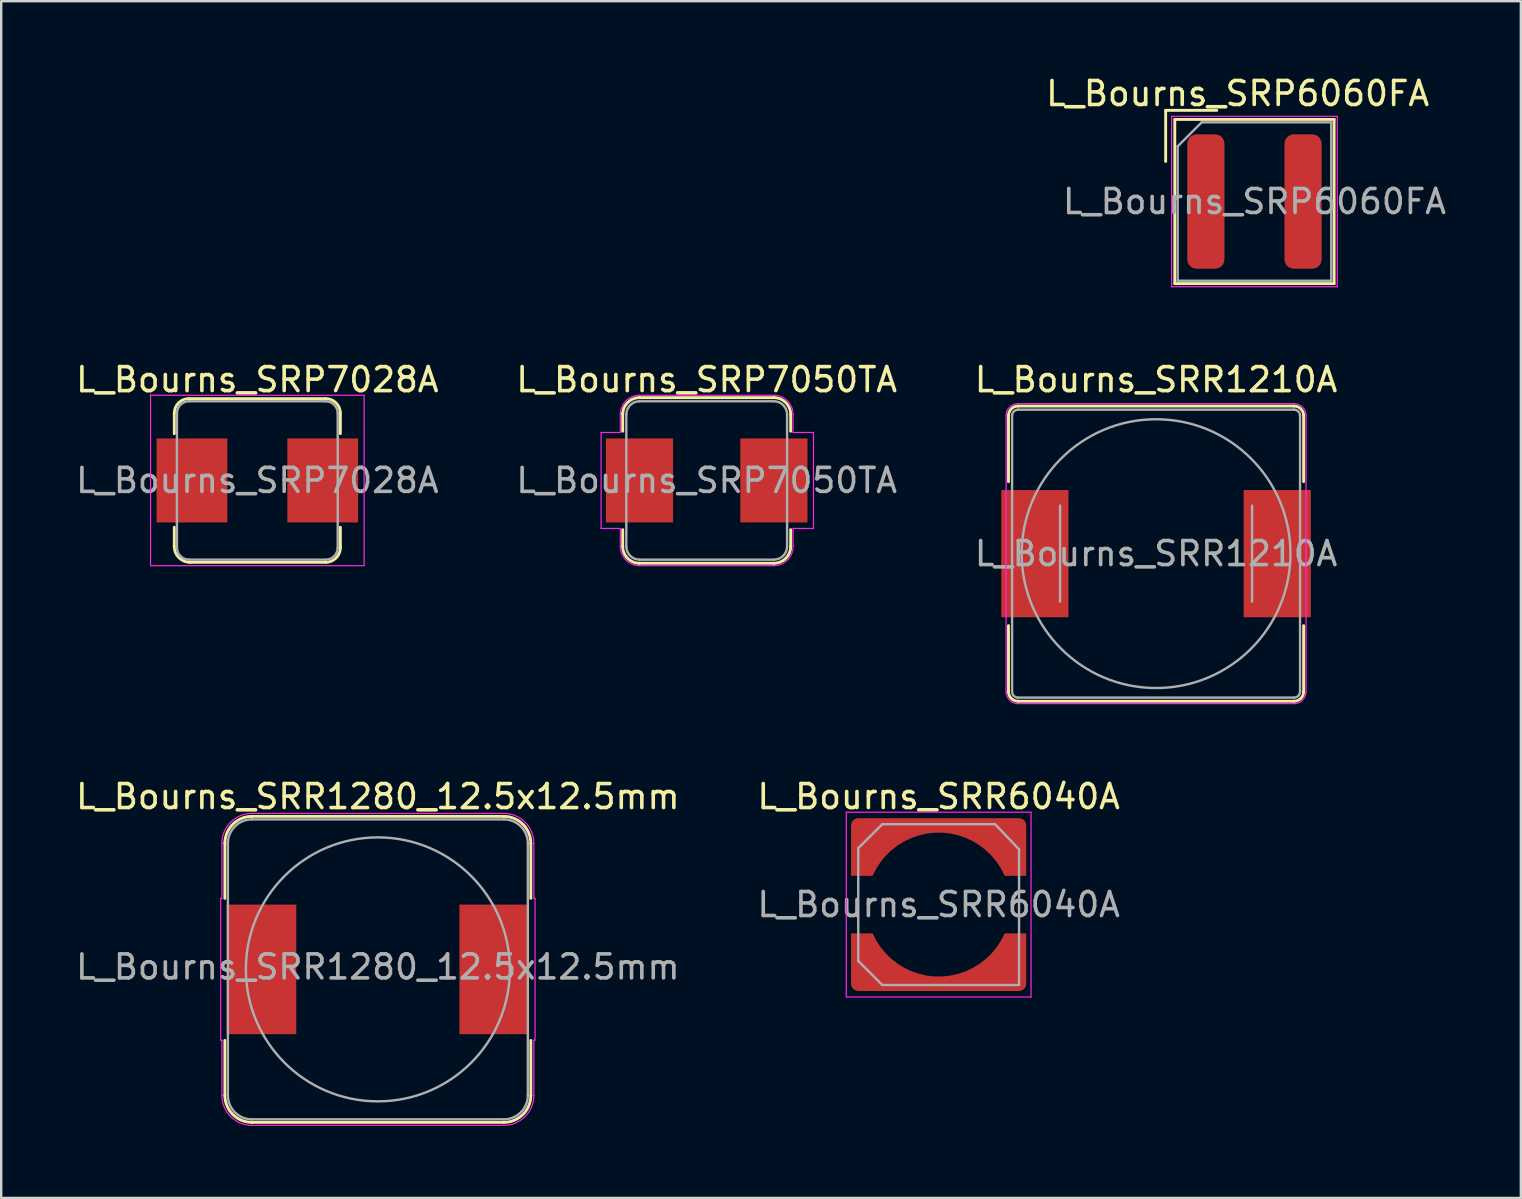
<source format=kicad_pcb>
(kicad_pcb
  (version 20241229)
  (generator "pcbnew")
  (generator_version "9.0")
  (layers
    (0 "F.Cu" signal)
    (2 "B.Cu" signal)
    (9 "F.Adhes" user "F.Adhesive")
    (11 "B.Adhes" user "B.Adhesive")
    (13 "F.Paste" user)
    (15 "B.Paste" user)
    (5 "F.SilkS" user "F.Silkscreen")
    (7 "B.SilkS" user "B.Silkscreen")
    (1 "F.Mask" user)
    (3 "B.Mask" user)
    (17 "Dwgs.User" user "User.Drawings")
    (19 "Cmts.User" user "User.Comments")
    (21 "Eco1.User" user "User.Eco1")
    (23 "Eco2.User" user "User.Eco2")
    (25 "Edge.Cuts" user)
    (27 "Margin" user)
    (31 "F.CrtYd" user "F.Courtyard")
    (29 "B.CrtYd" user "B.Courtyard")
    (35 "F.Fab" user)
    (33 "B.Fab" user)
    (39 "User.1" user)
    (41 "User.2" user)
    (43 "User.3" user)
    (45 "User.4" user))
  (footprint "L_Bourns_SRR1280_12.5x12.5mm"
    (layer "F.Cu")
    (at 12.696 37.345)
    (property "Reference" "L_Bourns_SRR1280_12.5x12.5mm" (at 0 -7.2 0) (layer "F.SilkS") (effects (font (size 1 1) (thickness 0.15))))
    (attr smd)
    (fp_line (start -6.375 -2.96) (end -6.375 -5.25) (stroke (width 0.12) (type solid)) (layer "F.SilkS"))
    (fp_line (start -6.375 2.96) (end -6.375 5.25) (stroke (width 0.12) (type solid)) (layer "F.SilkS"))
    (fp_line (start -5.25 -6.375) (end 5.25 -6.375) (stroke (width 0.12) (type solid)) (layer "F.SilkS"))
    (fp_line (start -5.25 6.375) (end 5.25 6.375) (stroke (width 0.12) (type solid)) (layer "F.SilkS"))
    (fp_line (start 6.375 -2.96) (end 6.375 -5.25) (stroke (width 0.12) (type solid)) (layer "F.SilkS"))
    (fp_line (start 6.375 2.96) (end 6.375 5.25) (stroke (width 0.12) (type solid)) (layer "F.SilkS"))
    (fp_arc (start -6.375 -5.25) (mid -6.045495 -6.045495) (end -5.25 -6.375) (stroke (width 0.12) (type solid)) (layer "F.SilkS"))
    (fp_arc (start -5.25 6.375) (mid -6.045495 6.045495) (end -6.375 5.25) (stroke (width 0.12) (type solid)) (layer "F.SilkS"))
    (fp_arc (start 5.25 -6.375) (mid 6.045495 -6.045495) (end 6.375 -5.25) (stroke (width 0.12) (type solid)) (layer "F.SilkS"))
    (fp_arc (start 6.375 5.25) (mid 6.045495 6.045495) (end 5.25 6.375) (stroke (width 0.12) (type solid)) (layer "F.SilkS"))
    (fp_line (start -6.55 -2.95) (end -6.55 2.95) (stroke (width 0.05) (type solid)) (layer "F.CrtYd"))
    (fp_line (start -6.55 -2.95) (end -6.5 -2.95) (stroke (width 0.05) (type solid)) (layer "F.CrtYd"))
    (fp_line (start -6.55 2.95) (end -6.5 2.95) (stroke (width 0.05) (type solid)) (layer "F.CrtYd"))
    (fp_line (start -6.5 -2.95) (end -6.5 -5.25) (stroke (width 0.05) (type solid)) (layer "F.CrtYd"))
    (fp_line (start -6.5 2.95) (end -6.5 5.25) (stroke (width 0.05) (type solid)) (layer "F.CrtYd"))
    (fp_line (start -5.25 -6.5) (end 5.25 -6.5) (stroke (width 0.05) (type solid)) (layer "F.CrtYd"))
    (fp_line (start -5.25 6.5) (end 5.25 6.5) (stroke (width 0.05) (type solid)) (layer "F.CrtYd"))
    (fp_line (start 6.5 -2.95) (end 6.5 -5.25) (stroke (width 0.05) (type solid)) (layer "F.CrtYd"))
    (fp_line (start 6.5 2.95) (end 6.5 5.25) (stroke (width 0.05) (type solid)) (layer "F.CrtYd"))
    (fp_line (start 6.55 -2.95) (end 6.5 -2.95) (stroke (width 0.05) (type solid)) (layer "F.CrtYd"))
    (fp_line (start 6.55 -2.95) (end 6.55 2.95) (stroke (width 0.05) (type solid)) (layer "F.CrtYd"))
    (fp_line (start 6.55 2.95) (end 6.5 2.95) (stroke (width 0.05) (type solid)) (layer "F.CrtYd"))
    (fp_arc (start -6.5 -5.25) (mid -6.133883 -6.133883) (end -5.25 -6.5) (stroke (width 0.05) (type solid)) (layer "F.CrtYd"))
    (fp_arc (start -5.25 6.5) (mid -6.133883 6.133883) (end -6.5 5.25) (stroke (width 0.05) (type solid)) (layer "F.CrtYd"))
    (fp_arc (start 5.25 -6.5) (mid 6.133883 -6.133883) (end 6.5 -5.25) (stroke (width 0.05) (type solid)) (layer "F.CrtYd"))
    (fp_arc (start 6.5 5.25) (mid 6.133883 6.133883) (end 5.25 6.5) (stroke (width 0.05) (type solid)) (layer "F.CrtYd"))
    (fp_line (start -6.25 5.25) (end -6.25 -5.25) (stroke (width 0.1) (type solid)) (layer "F.Fab"))
    (fp_line (start -5.25 -6.25) (end 5.25 -6.25) (stroke (width 0.1) (type solid)) (layer "F.Fab"))
    (fp_line (start 5.25 6.25) (end -5.25 6.25) (stroke (width 0.1) (type solid)) (layer "F.Fab"))
    (fp_line (start 6.25 -5.25) (end 6.25 5.25) (stroke (width 0.1) (type solid)) (layer "F.Fab"))
    (fp_arc (start -6.25 -5.25) (mid -5.957107 -5.957107) (end -5.25 -6.25) (stroke (width 0.1) (type solid)) (layer "F.Fab"))
    (fp_arc (start -5.25 6.25) (mid -5.957107 5.957107) (end -6.25 5.25) (stroke (width 0.1) (type solid)) (layer "F.Fab"))
    (fp_arc (start 5.25 -6.25) (mid 5.957107 -5.957107) (end 6.25 -5.25) (stroke (width 0.1) (type solid)) (layer "F.Fab"))
    (fp_arc (start 6.25 5.25) (mid 5.957107 5.957107) (end 5.25 6.25) (stroke (width 0.1) (type solid)) (layer "F.Fab"))
    (fp_circle (center 0 0) (end -5.5 0) (stroke (width 0.1) (type solid)) (fill no) (layer "F.Fab"))
    (fp_text user "${REFERENCE}" (at 0 -0.1 0) (layer "F.Fab") (effects (font (size 1 1) (thickness 0.15))))
    (pad "1" smd rect (at -4.85 0) (size 2.9 5.4) (layers "F.Cu" "F.Mask" "F.Paste"))
    (pad "2" smd rect (at 4.85 0) (size 2.9 5.4) (layers "F.Cu" "F.Mask" "F.Paste")))
  (footprint "L_Bourns_SRR6040A"
    (layer "F.Cu")
    (at 36.065 34.645)
    (property "Reference" "L_Bourns_SRR6040A" (at 0 -4.5 0) (layer "F.SilkS") (effects (font (size 1 1) (thickness 0.15))))
    (attr smd)
    (fp_line (start -3.85 -3.85) (end 3.85 -3.85) (stroke (width 0.05) (type solid)) (layer "F.CrtYd"))
    (fp_line (start -3.85 3.85) (end -3.85 -3.85) (stroke (width 0.05) (type solid)) (layer "F.CrtYd"))
    (fp_line (start 3.85 -3.85) (end 3.85 3.85) (stroke (width 0.05) (type solid)) (layer "F.CrtYd"))
    (fp_line (start 3.85 3.85) (end -3.85 3.85) (stroke (width 0.05) (type solid)) (layer "F.CrtYd"))
    (fp_line (start -3.35 -2.35) (end -3.35 2.35) (stroke (width 0.1) (type solid)) (layer "F.Fab"))
    (fp_line (start -3.35 2.35) (end -2.35 3.35) (stroke (width 0.1) (type solid)) (layer "F.Fab"))
    (fp_line (start -2.35 -3.35) (end -3.35 -2.35) (stroke (width 0.1) (type solid)) (layer "F.Fab"))
    (fp_line (start -2.35 3.35) (end 3.35 3.35) (stroke (width 0.1) (type solid)) (layer "F.Fab"))
    (fp_line (start 2.35 -3.35) (end -2.35 -3.35) (stroke (width 0.1) (type solid)) (layer "F.Fab"))
    (fp_line (start 3.35 -2.3) (end 2.35 -3.35) (stroke (width 0.1) (type solid)) (layer "F.Fab"))
    (fp_line (start 3.35 3.35) (end 3.35 -2.3) (stroke (width 0.1) (type solid)) (layer "F.Fab"))
    (fp_text user "${REFERENCE}" (at 0 0 0) (layer "F.Fab") (effects (font (size 1 1) (thickness 0.15))))
    (pad "1" smd custom (at 0 -3.27) (size 0.26 0.26) (layers "F.Cu" "F.Mask" "F.Paste") (options (anchor circle)) (primitives (gr_poly (pts (xy 3.526 -0.273) (xy 3.593 -0.206) (xy 3.635 -0.123) (xy 3.65 -0.03) (xy 3.65 2.07) (xy 2.75 2.07) (xy 2.601 1.774) (xy 2.42 1.497) (xy 2.21 1.241) (xy 1.973 1.01) (xy 1.712 0.806) (xy 1.43 0.633) (xy 1.131 0.491) (xy 0.818 0.384) (xy 0.495 0.311) (xy 0.166 0.275) (xy -0.166 0.275) (xy -0.495 0.311) (xy -0.818 0.384) (xy -1.131 0.491) (xy -1.43 0.633) (xy -1.712 0.806) (xy -1.973 1.01) (xy -2.21 1.241) (xy -2.42 1.497) (xy -2.601 1.774) (xy -2.75 2.07) (xy -3.65 2.07) (xy -3.65 -0.03) (xy -3.635 -0.123) (xy -3.593 -0.206) (xy -3.526 -0.273) (xy -3.443 -0.315) (xy -3.35 -0.33) (xy 3.35 -0.33) (xy 3.443 -0.315)) (width 0) (fill yes))))
    (pad "2" smd custom (at 0 3.27 180) (size 0.26 0.26) (layers "F.Cu" "F.Mask" "F.Paste") (options (anchor circle)) (primitives (gr_poly (pts (xy 3.526 -0.273) (xy 3.593 -0.206) (xy 3.635 -0.123) (xy 3.65 -0.03) (xy 3.65 2.07) (xy 2.75 2.07) (xy 2.601 1.774) (xy 2.42 1.497) (xy 2.21 1.241) (xy 1.973 1.01) (xy 1.712 0.806) (xy 1.43 0.633) (xy 1.131 0.491) (xy 0.818 0.384) (xy 0.495 0.311) (xy 0.166 0.275) (xy -0.166 0.275) (xy -0.495 0.311) (xy -0.818 0.384) (xy -1.131 0.491) (xy -1.43 0.633) (xy -1.712 0.806) (xy -1.973 1.01) (xy -2.21 1.241) (xy -2.42 1.497) (xy -2.601 1.774) (xy -2.75 2.07) (xy -3.65 2.07) (xy -3.65 -0.03) (xy -3.635 -0.123) (xy -3.593 -0.206) (xy -3.526 -0.273) (xy -3.443 -0.315) (xy -3.35 -0.33) (xy 3.35 -0.33) (xy 3.443 -0.315)) (width 0) (fill yes)))))
  (footprint "L_Bourns_SRP7028A"
    (layer "F.Cu")
    (at 7.673 16.971)
    (property "Reference" "L_Bourns_SRP7028A" (at 0 -4.2 0) (layer "F.SilkS") (effects (font (size 1 1) (thickness 0.15))))
    (attr smd)
    (fp_line (start -3.46 -1.95) (end -3.46 -2.8) (stroke (width 0.12) (type solid)) (layer "F.SilkS"))
    (fp_line (start -3.46 2.75) (end -3.46 1.95) (stroke (width 0.12) (type solid)) (layer "F.SilkS"))
    (fp_line (start -2.85 -3.41) (end 2.85 -3.41) (stroke (width 0.12) (type solid)) (layer "F.SilkS"))
    (fp_line (start 2.85 3.41) (end -2.8 3.41) (stroke (width 0.12) (type solid)) (layer "F.SilkS"))
    (fp_line (start 3.46 -2.8) (end 3.46 -1.95) (stroke (width 0.12) (type solid)) (layer "F.SilkS"))
    (fp_line (start 3.46 1.95) (end 3.46 2.8) (stroke (width 0.12) (type solid)) (layer "F.SilkS"))
    (fp_arc (start -3.46 -2.8) (mid -3.281335 -3.231335) (end -2.85 -3.41) (stroke (width 0.12) (type solid)) (layer "F.SilkS"))
    (fp_arc (start -2.8 3.41) (mid -3.26669 3.21669) (end -3.46 2.75) (stroke (width 0.12) (type solid)) (layer "F.SilkS"))
    (fp_arc (start 2.85 -3.41) (mid 3.281335 -3.231335) (end 3.46 -2.8) (stroke (width 0.12) (type solid)) (layer "F.SilkS"))
    (fp_arc (start 3.46 2.8) (mid 3.281335 3.231335) (end 2.85 3.41) (stroke (width 0.12) (type solid)) (layer "F.SilkS"))
    (fp_line (start -4.45 -3.55) (end 4.45 -3.55) (stroke (width 0.05) (type solid)) (layer "F.CrtYd"))
    (fp_line (start -4.45 3.55) (end -4.45 -3.55) (stroke (width 0.05) (type solid)) (layer "F.CrtYd"))
    (fp_line (start 4.45 -3.55) (end 4.45 3.55) (stroke (width 0.05) (type solid)) (layer "F.CrtYd"))
    (fp_line (start 4.45 3.55) (end -4.45 3.55) (stroke (width 0.05) (type solid)) (layer "F.CrtYd"))
    (fp_line (start -3.35 2.8) (end -3.35 -2.8) (stroke (width 0.1) (type solid)) (layer "F.Fab"))
    (fp_line (start -2.85 -3.3) (end 2.85 -3.3) (stroke (width 0.1) (type solid)) (layer "F.Fab"))
    (fp_line (start 2.85 3.3) (end -2.85 3.3) (stroke (width 0.1) (type solid)) (layer "F.Fab"))
    (fp_line (start 3.35 -2.8) (end 3.35 2.8) (stroke (width 0.1) (type solid)) (layer "F.Fab"))
    (fp_arc (start -3.35 -2.8) (mid -3.203553 -3.153553) (end -2.85 -3.3) (stroke (width 0.1) (type solid)) (layer "F.Fab"))
    (fp_arc (start -2.85 3.3) (mid -3.203553 3.153553) (end -3.35 2.8) (stroke (width 0.1) (type solid)) (layer "F.Fab"))
    (fp_arc (start 2.85 -3.3) (mid 3.203553 -3.153553) (end 3.35 -2.8) (stroke (width 0.1) (type solid)) (layer "F.Fab"))
    (fp_arc (start 3.35 2.8) (mid 3.203553 3.153553) (end 2.85 3.3) (stroke (width 0.1) (type solid)) (layer "F.Fab"))
    (fp_text user "${REFERENCE}" (at 0 0 0) (layer "F.Fab") (effects (font (size 1 1) (thickness 0.15))))
    (pad "1" smd rect (at -2.725 0) (size 2.95 3.5) (layers "F.Cu" "F.Mask" "F.Paste"))
    (pad "2" smd rect (at 2.725 0) (size 2.95 3.5) (layers "F.Cu" "F.Mask" "F.Paste")))
  (footprint "L_Bourns_SRP6060FA"
    (layer "F.Cu")
    (at 49.225 5.348)
    (property "Reference" "L_Bourns_SRP6060FA" (at -0.7 -4.5 0) (layer "F.SilkS") (effects (font (size 1 1) (thickness 0.15))))
    (attr smd)
    (fp_line (start -3.7 -3.8) (end -1.57 -3.8) (stroke (width 0.12) (type solid)) (layer "F.SilkS"))
    (fp_line (start -3.7 -1.67) (end -3.7 -3.8) (stroke (width 0.12) (type solid)) (layer "F.SilkS"))
    (fp_line (start -3.32 -3.42) (end -3.32 3.42) (stroke (width 0.12) (type solid)) (layer "F.SilkS"))
    (fp_line (start -3.32 -3.42) (end 3.32 -3.42) (stroke (width 0.12) (type solid)) (layer "F.SilkS"))
    (fp_line (start -3.32 3.42) (end 3.32 3.42) (stroke (width 0.12) (type solid)) (layer "F.SilkS"))
    (fp_line (start 3.32 -3.42) (end 3.32 3.42) (stroke (width 0.12) (type solid)) (layer "F.SilkS"))
    (fp_line (start -3.45 -3.55) (end -3.45 3.55) (stroke (width 0.05) (type solid)) (layer "F.CrtYd"))
    (fp_line (start -3.45 -3.55) (end 3.45 -3.55) (stroke (width 0.05) (type solid)) (layer "F.CrtYd"))
    (fp_line (start -3.45 3.55) (end 3.45 3.55) (stroke (width 0.05) (type solid)) (layer "F.CrtYd"))
    (fp_line (start 3.45 -3.55) (end 3.45 3.55) (stroke (width 0.05) (type solid)) (layer "F.CrtYd"))
    (fp_line (start -3.2 -2.3) (end -2.2 -3.3) (stroke (width 0.1) (type solid)) (layer "F.Fab"))
    (fp_line (start -3.2 3.3) (end -3.2 -2.3) (stroke (width 0.1) (type solid)) (layer "F.Fab"))
    (fp_line (start -2.2 -3.3) (end 3.2 -3.3) (stroke (width 0.1) (type solid)) (layer "F.Fab"))
    (fp_line (start 3.2 -3.3) (end 3.2 3.3) (stroke (width 0.1) (type solid)) (layer "F.Fab"))
    (fp_line (start 3.2 3.3) (end -3.2 3.3) (stroke (width 0.1) (type solid)) (layer "F.Fab"))
    (fp_text user "" (at -49 0.05 0) (layer "F.SilkS") (effects (font (size 3 3) (thickness 0.15))))
    (fp_text user "${REFERENCE}" (at 0 0 0) (layer "F.Fab") (effects (font (size 1 1) (thickness 0.15))))
    (pad "1" smd roundrect (at -2.025 0) (size 1.55 5.6) (layers "F.Cu" "F.Mask" "F.Paste") (roundrect_rratio 0.25))
    (pad "2" smd roundrect (at 2.025 0) (size 1.55 5.6) (layers "F.Cu" "F.Mask" "F.Paste") (roundrect_rratio 0.25)))
  (footprint "L_Bourns_SRP7050TA"
    (layer "F.Cu")
    (at 26.399 16.971)
    (property "Reference" "L_Bourns_SRP7050TA" (at 0 -4.2 0) (layer "F.SilkS") (effects (font (size 1 1) (thickness 0.15))))
    (attr smd)
    (fp_line (start -3.5 -2.8) (end -3.5 -2.05) (stroke (width 0.12) (type solid)) (layer "F.SilkS"))
    (fp_line (start -3.5 2.05) (end -3.5 2.75) (stroke (width 0.12) (type solid)) (layer "F.SilkS"))
    (fp_line (start -2.8 -3.45) (end 2.8 -3.45) (stroke (width 0.12) (type solid)) (layer "F.SilkS"))
    (fp_line (start 2.8 3.45) (end -2.8 3.45) (stroke (width 0.12) (type solid)) (layer "F.SilkS"))
    (fp_line (start 3.5 -2.75) (end 3.5 -2.05) (stroke (width 0.12) (type solid)) (layer "F.SilkS"))
    (fp_line (start 3.5 2.05) (end 3.5 2.75) (stroke (width 0.12) (type solid)) (layer "F.SilkS"))
    (fp_arc (start -3.5 -2.75) (mid -3.294975 -3.244975) (end -2.8 -3.45) (stroke (width 0.12) (type solid)) (layer "F.SilkS"))
    (fp_arc (start -2.8 3.45) (mid -3.294975 3.244975) (end -3.5 2.75) (stroke (width 0.12) (type solid)) (layer "F.SilkS"))
    (fp_arc (start 2.8 -3.45) (mid 3.294975 -3.244975) (end 3.5 -2.75) (stroke (width 0.12) (type solid)) (layer "F.SilkS"))
    (fp_arc (start 3.5 2.75) (mid 3.294975 3.244975) (end 2.8 3.45) (stroke (width 0.12) (type solid)) (layer "F.SilkS"))
    (fp_line (start -4.4 -2) (end -3.6 -2) (stroke (width 0.05) (type solid)) (layer "F.CrtYd"))
    (fp_line (start -4.4 2) (end -4.4 -2) (stroke (width 0.05) (type solid)) (layer "F.CrtYd"))
    (fp_line (start -4.4 2) (end -3.6 2) (stroke (width 0.05) (type solid)) (layer "F.CrtYd"))
    (fp_line (start -3.6 -2) (end -3.6 -2.75) (stroke (width 0.05) (type solid)) (layer "F.CrtYd"))
    (fp_line (start -3.6 2.75) (end -3.6 2) (stroke (width 0.05) (type solid)) (layer "F.CrtYd"))
    (fp_line (start -2.8 -3.55) (end 2.8 -3.55) (stroke (width 0.05) (type solid)) (layer "F.CrtYd"))
    (fp_line (start 2.8 3.55) (end -2.8 3.55) (stroke (width 0.05) (type solid)) (layer "F.CrtYd"))
    (fp_line (start 3.6 -2.75) (end 3.6 -2) (stroke (width 0.05) (type solid)) (layer "F.CrtYd"))
    (fp_line (start 3.6 2) (end 3.6 2.75) (stroke (width 0.05) (type solid)) (layer "F.CrtYd"))
    (fp_line (start 4.45 -2) (end 3.6 -2) (stroke (width 0.05) (type solid)) (layer "F.CrtYd"))
    (fp_line (start 4.45 -2) (end 4.45 2) (stroke (width 0.05) (type solid)) (layer "F.CrtYd"))
    (fp_line (start 4.45 2) (end 3.6 2) (stroke (width 0.05) (type solid)) (layer "F.CrtYd"))
    (fp_arc (start -3.6 -2.75) (mid -3.365685 -3.315685) (end -2.8 -3.55) (stroke (width 0.05) (type solid)) (layer "F.CrtYd"))
    (fp_arc (start -2.8 3.55) (mid -3.365685 3.315685) (end -3.6 2.75) (stroke (width 0.05) (type solid)) (layer "F.CrtYd"))
    (fp_arc (start 2.8 -3.55) (mid 3.365685 -3.315685) (end 3.6 -2.75) (stroke (width 0.05) (type solid)) (layer "F.CrtYd"))
    (fp_arc (start 3.6 2.75) (mid 3.365685 3.315685) (end 2.8 3.55) (stroke (width 0.05) (type solid)) (layer "F.CrtYd"))
    (fp_line (start -3.35 -2.75) (end -3.35 2.75) (stroke (width 0.1) (type solid)) (layer "F.Fab"))
    (fp_line (start -2.8 -3.3) (end 2.8 -3.3) (stroke (width 0.1) (type solid)) (layer "F.Fab"))
    (fp_line (start 2.8 3.3) (end -2.8 3.3) (stroke (width 0.1) (type solid)) (layer "F.Fab"))
    (fp_line (start 3.35 -2.75) (end 3.35 2.75) (stroke (width 0.1) (type solid)) (layer "F.Fab"))
    (fp_arc (start -3.35 -2.75) (mid -3.188909 -3.138909) (end -2.8 -3.3) (stroke (width 0.1) (type solid)) (layer "F.Fab"))
    (fp_arc (start -2.8 3.3) (mid -3.188909 3.138909) (end -3.35 2.75) (stroke (width 0.1) (type solid)) (layer "F.Fab"))
    (fp_arc (start 2.8 -3.3) (mid 3.188909 -3.138909) (end 3.35 -2.75) (stroke (width 0.1) (type solid)) (layer "F.Fab"))
    (fp_arc (start 3.35 2.75) (mid 3.188909 3.138909) (end 2.8 3.3) (stroke (width 0.1) (type solid)) (layer "F.Fab"))
    (fp_text user "${REFERENCE}" (at 0 0 0) (layer "F.Fab") (effects (font (size 1 1) (thickness 0.15))))
    (pad "1" smd rect (at -2.8 0) (size 2.8 3.5) (layers "F.Cu" "F.Mask" "F.Paste"))
    (pad "2" smd rect (at 2.8 0) (size 2.8 3.5) (layers "F.Cu" "F.Mask" "F.Paste")))
  (footprint "L_Bourns_SRR1210A"
    (layer "F.Cu")
    (at 45.125 20.021)
    (property "Reference" "L_Bourns_SRR1210A" (at 0 -7.25 0) (layer "F.SilkS") (effects (font (size 1 1) (thickness 0.15))))
    (attr smd)
    (fp_line (start -6.15 -5.75) (end -6.15 -3) (stroke (width 0.12) (type solid)) (layer "F.SilkS"))
    (fp_line (start -6.15 3) (end -6.15 5.75) (stroke (width 0.12) (type solid)) (layer "F.SilkS"))
    (fp_line (start -5.75 -6.15) (end 5.75 -6.15) (stroke (width 0.12) (type solid)) (layer "F.SilkS"))
    (fp_line (start 5.75 6.15) (end -5.75 6.15) (stroke (width 0.12) (type solid)) (layer "F.SilkS"))
    (fp_line (start 6.15 -5.75) (end 6.15 -3) (stroke (width 0.12) (type solid)) (layer "F.SilkS"))
    (fp_line (start 6.15 3) (end 6.15 5.75) (stroke (width 0.12) (type solid)) (layer "F.SilkS"))
    (fp_arc (start -6.15 -5.75) (mid -6.032843 -6.032843) (end -5.75 -6.15) (stroke (width 0.12) (type solid)) (layer "F.SilkS"))
    (fp_arc (start -5.75 6.15) (mid -6.032843 6.032843) (end -6.15 5.75) (stroke (width 0.12) (type solid)) (layer "F.SilkS"))
    (fp_arc (start 5.75 -6.15) (mid 6.032843 -6.032843) (end 6.15 -5.75) (stroke (width 0.12) (type solid)) (layer "F.SilkS"))
    (fp_arc (start 6.15 5.75) (mid 6.032843 6.032843) (end 5.75 6.15) (stroke (width 0.12) (type solid)) (layer "F.SilkS"))
    (fp_line (start -6.25 5.75) (end -6.25 -5.75) (stroke (width 0.05) (type solid)) (layer "F.CrtYd"))
    (fp_line (start -5.75 -6.25) (end 5.75 -6.25) (stroke (width 0.05) (type solid)) (layer "F.CrtYd"))
    (fp_line (start 5.75 6.25) (end -5.75 6.25) (stroke (width 0.05) (type solid)) (layer "F.CrtYd"))
    (fp_line (start 6.25 -5.75) (end 6.25 5.75) (stroke (width 0.05) (type solid)) (layer "F.CrtYd"))
    (fp_arc (start -6.25 -5.75) (mid -6.103553 -6.103553) (end -5.75 -6.25) (stroke (width 0.05) (type solid)) (layer "F.CrtYd"))
    (fp_arc (start -5.75 6.25) (mid -6.103553 6.103553) (end -6.25 5.75) (stroke (width 0.05) (type solid)) (layer "F.CrtYd"))
    (fp_arc (start 5.75 -6.25) (mid 6.103553 -6.103553) (end 6.25 -5.75) (stroke (width 0.05) (type solid)) (layer "F.CrtYd"))
    (fp_arc (start 6.25 5.75) (mid 6.103553 6.103553) (end 5.75 6.25) (stroke (width 0.05) (type solid)) (layer "F.CrtYd"))
    (fp_line (start -6 -5.75) (end -6 5.75) (stroke (width 0.1) (type solid)) (layer "F.Fab"))
    (fp_line (start -5.75 -6) (end 5.75 -6) (stroke (width 0.1) (type solid)) (layer "F.Fab"))
    (fp_line (start -4 2) (end -4 -2) (stroke (width 0.1) (type solid)) (layer "F.Fab"))
    (fp_line (start 4 -2) (end 4 2) (stroke (width 0.1) (type solid)) (layer "F.Fab"))
    (fp_line (start 5.75 6) (end -5.75 6) (stroke (width 0.1) (type solid)) (layer "F.Fab"))
    (fp_line (start 6 -5.75) (end 6 5.75) (stroke (width 0.1) (type solid)) (layer "F.Fab"))
    (fp_arc (start -6 -5.75) (mid -5.926777 -5.926777) (end -5.75 -6) (stroke (width 0.1) (type solid)) (layer "F.Fab"))
    (fp_arc (start -5.75 6) (mid -5.926777 5.926777) (end -6 5.75) (stroke (width 0.1) (type solid)) (layer "F.Fab"))
    (fp_arc (start 5.75 -6) (mid 5.926777 -5.926777) (end 6 -5.75) (stroke (width 0.1) (type solid)) (layer "F.Fab"))
    (fp_arc (start 6 5.75) (mid 5.926777 5.926777) (end 5.75 6) (stroke (width 0.1) (type solid)) (layer "F.Fab"))
    (fp_circle (center 0 0) (end 0 -5.6) (stroke (width 0.1) (type solid)) (fill no) (layer "F.Fab"))
    (fp_text user "${REFERENCE}" (at 0 0 0) (layer "F.Fab") (effects (font (size 1 1) (thickness 0.15))))
    (pad "1" smd rect (at -5.05 0) (size 2.8 5.3) (layers "F.Cu" "F.Mask" "F.Paste"))
    (pad "2" smd rect (at 5.05 0) (size 2.8 5.3) (layers "F.Cu" "F.Mask" "F.Paste")))
  (gr_rect
    (start -3 -3)
    (end 60.326 46.87)
    (stroke (width 0.1) (type default))
    (fill no)
    (layer "Edge.Cuts")))
</source>
